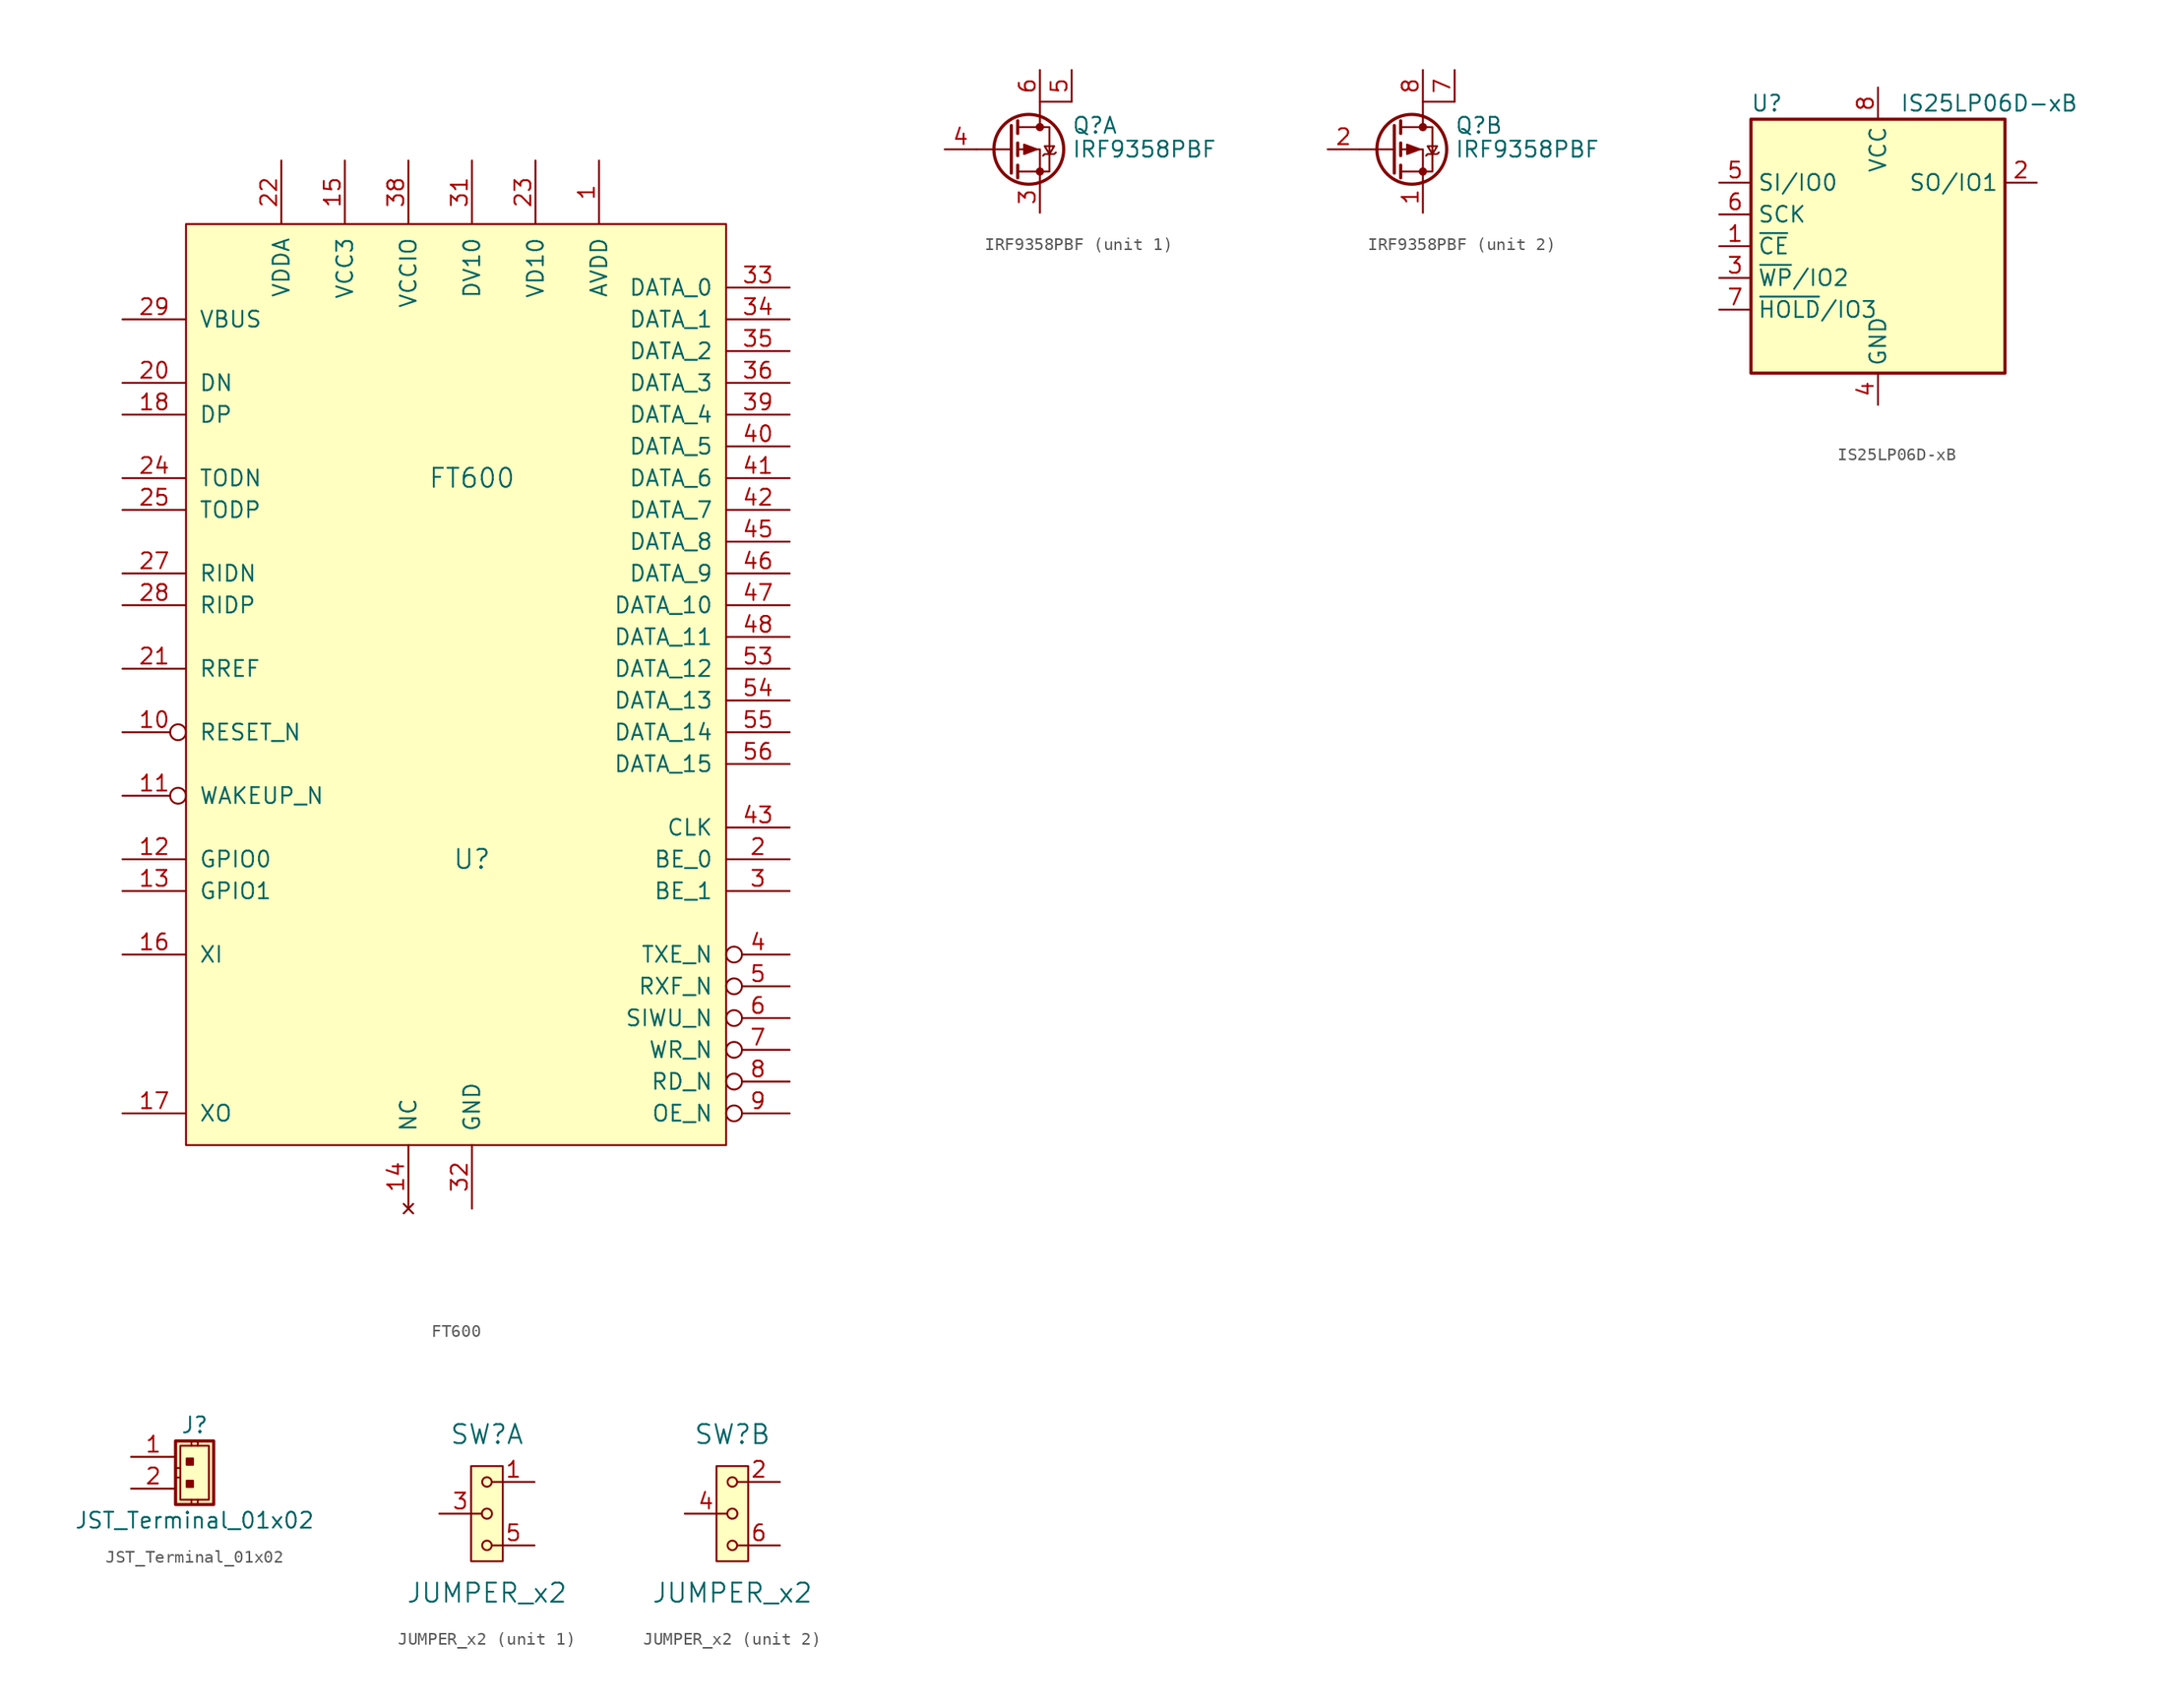
<source format=kicad_sym>
(kicad_symbol_lib
  (version 20231120)
  (generator "kicad_symbol_editor")
  (generator_version "8.0")
  (symbol "FT600"
    (pin_names
      (offset 1.016))
    (property "Reference" "U"
      (at 0 -12.7 0)
      (effects (font (size 1.524 1.524))))
    (property "Value" "FT600"
      (at 0 17.78 0)
      (effects (font (size 1.524 1.524))))
    (property "Footprint" ""
      (at -1.27 12.7 0)
      (effects (font (size 1.524 1.524))))
    (property "Datasheet" ""
      (at -1.27 12.7 0)
      (effects (font (size 1.524 1.524))))
    (symbol "FT600_0_1"
      (rectangle (start -22.86 38.1) (end 20.32 -35.56) (stroke (width 0) (type default)) (fill (type background))))
    (symbol "FT600_1_1"
      (pin power_in line (at 10.16 43.18 270) (length 5.08) (name "AVDD" (effects (font (size 1.27 1.27)))) (number "1" (effects (font (size 1.27 1.27)))))
      (pin input inverted (at -27.94 -2.54 0) (length 5.08) (name "RESET_N" (effects (font (size 1.27 1.27)))) (number "10" (effects (font (size 1.27 1.27)))))
      (pin bidirectional inverted (at -27.94 -7.62 0) (length 5.08) (name "WAKEUP_N" (effects (font (size 1.27 1.27)))) (number "11" (effects (font (size 1.27 1.27)))))
      (pin bidirectional line (at -27.94 -12.7 0) (length 5.08) (name "GPIO0" (effects (font (size 1.27 1.27)))) (number "12" (effects (font (size 1.27 1.27)))))
      (pin bidirectional line (at -27.94 -15.24 0) (length 5.08) (name "GPIO1" (effects (font (size 1.27 1.27)))) (number "13" (effects (font (size 1.27 1.27)))))
      (pin no_connect line (at -5.08 -40.64 90) (length 5.08) (name "NC" (effects (font (size 1.27 1.27)))) (number "14" (effects (font (size 1.27 1.27)))))
      (pin power_in line (at -10.16 43.18 270) (length 5.08) (name "VCC3" (effects (font (size 1.27 1.27)))) (number "15" (effects (font (size 1.27 1.27)))))
      (pin input line (at -27.94 -20.32 0) (length 5.08) (name "XI" (effects (font (size 1.27 1.27)))) (number "16" (effects (font (size 1.27 1.27)))))
      (pin output line (at -27.94 -33.02 0) (length 5.08) (name "XO" (effects (font (size 1.27 1.27)))) (number "17" (effects (font (size 1.27 1.27)))))
      (pin bidirectional line (at -27.94 22.86 0) (length 5.08) (name "DP" (effects (font (size 1.27 1.27)))) (number "18" (effects (font (size 1.27 1.27)))))
      (pin power_in line (at -10.16 43.18 270) (length 5.08) hide (name "VCC3" (effects (font (size 1.27 1.27)))) (number "19" (effects (font (size 1.27 1.27)))))
      (pin bidirectional line (at 25.4 -12.7 180) (length 5.08) (name "BE_0" (effects (font (size 1.27 1.27)))) (number "2" (effects (font (size 1.27 1.27)))))
      (pin bidirectional line (at -27.94 25.4 0) (length 5.08) (name "DN" (effects (font (size 1.27 1.27)))) (number "20" (effects (font (size 1.27 1.27)))))
      (pin input line (at -27.94 2.54 0) (length 5.08) (name "RREF" (effects (font (size 1.27 1.27)))) (number "21" (effects (font (size 1.27 1.27)))))
      (pin power_in line (at -15.24 43.18 270) (length 5.08) (name "VDDA" (effects (font (size 1.27 1.27)))) (number "22" (effects (font (size 1.27 1.27)))))
      (pin power_in line (at 5.08 43.18 270) (length 5.08) (name "VD10" (effects (font (size 1.27 1.27)))) (number "23" (effects (font (size 1.27 1.27)))))
      (pin output line (at -27.94 17.78 0) (length 5.08) (name "TODN" (effects (font (size 1.27 1.27)))) (number "24" (effects (font (size 1.27 1.27)))))
      (pin output line (at -27.94 15.24 0) (length 5.08) (name "TODP" (effects (font (size 1.27 1.27)))) (number "25" (effects (font (size 1.27 1.27)))))
      (pin power_in line (at 5.08 43.18 270) (length 5.08) hide (name "VD10" (effects (font (size 1.27 1.27)))) (number "26" (effects (font (size 1.27 1.27)))))
      (pin output line (at -27.94 10.16 0) (length 5.08) (name "RIDN" (effects (font (size 1.27 1.27)))) (number "27" (effects (font (size 1.27 1.27)))))
      (pin output line (at -27.94 7.62 0) (length 5.08) (name "RIDP" (effects (font (size 1.27 1.27)))) (number "28" (effects (font (size 1.27 1.27)))))
      (pin power_in line (at -27.94 30.48 0) (length 5.08) (name "VBUS" (effects (font (size 1.27 1.27)))) (number "29" (effects (font (size 1.27 1.27)))))
      (pin bidirectional line (at 25.4 -15.24 180) (length 5.08) (name "BE_1" (effects (font (size 1.27 1.27)))) (number "3" (effects (font (size 1.27 1.27)))))
      (pin power_in line (at -10.16 43.18 270) (length 5.08) hide (name "VCC3" (effects (font (size 1.27 1.27)))) (number "30" (effects (font (size 1.27 1.27)))))
      (pin power_out line (at 0 43.18 270) (length 5.08) (name "DV10" (effects (font (size 1.27 1.27)))) (number "31" (effects (font (size 1.27 1.27)))))
      (pin power_in line (at 0 -40.64 90) (length 5.08) (name "GND" (effects (font (size 1.27 1.27)))) (number "32" (effects (font (size 1.27 1.27)))))
      (pin bidirectional line (at 25.4 33.02 180) (length 5.08) (name "DATA_0" (effects (font (size 1.27 1.27)))) (number "33" (effects (font (size 1.27 1.27)))))
      (pin bidirectional line (at 25.4 30.48 180) (length 5.08) (name "DATA_1" (effects (font (size 1.27 1.27)))) (number "34" (effects (font (size 1.27 1.27)))))
      (pin bidirectional line (at 25.4 27.94 180) (length 5.08) (name "DATA_2" (effects (font (size 1.27 1.27)))) (number "35" (effects (font (size 1.27 1.27)))))
      (pin bidirectional line (at 25.4 25.4 180) (length 5.08) (name "DATA_3" (effects (font (size 1.27 1.27)))) (number "36" (effects (font (size 1.27 1.27)))))
      (pin power_in line (at 5.08 43.18 270) (length 5.08) hide (name "VD10" (effects (font (size 1.27 1.27)))) (number "37" (effects (font (size 1.27 1.27)))))
      (pin power_in line (at -5.08 43.18 270) (length 5.08) (name "VCCIO" (effects (font (size 1.27 1.27)))) (number "38" (effects (font (size 1.27 1.27)))))
      (pin bidirectional line (at 25.4 22.86 180) (length 5.08) (name "DATA_4" (effects (font (size 1.27 1.27)))) (number "39" (effects (font (size 1.27 1.27)))))
      (pin output inverted (at 25.4 -20.32 180) (length 5.08) (name "TXE_N" (effects (font (size 1.27 1.27)))) (number "4" (effects (font (size 1.27 1.27)))))
      (pin bidirectional line (at 25.4 20.32 180) (length 5.08) (name "DATA_5" (effects (font (size 1.27 1.27)))) (number "40" (effects (font (size 1.27 1.27)))))
      (pin bidirectional line (at 25.4 17.78 180) (length 5.08) (name "DATA_6" (effects (font (size 1.27 1.27)))) (number "41" (effects (font (size 1.27 1.27)))))
      (pin bidirectional line (at 25.4 15.24 180) (length 5.08) (name "DATA_7" (effects (font (size 1.27 1.27)))) (number "42" (effects (font (size 1.27 1.27)))))
      (pin output line (at 25.4 -10.16 180) (length 5.08) (name "CLK" (effects (font (size 1.27 1.27)))) (number "43" (effects (font (size 1.27 1.27)))))
      (pin power_in line (at -5.08 43.18 270) (length 5.08) hide (name "VCCIO" (effects (font (size 1.27 1.27)))) (number "44" (effects (font (size 1.27 1.27)))))
      (pin bidirectional line (at 25.4 12.7 180) (length 5.08) (name "DATA_8" (effects (font (size 1.27 1.27)))) (number "45" (effects (font (size 1.27 1.27)))))
      (pin bidirectional line (at 25.4 10.16 180) (length 5.08) (name "DATA_9" (effects (font (size 1.27 1.27)))) (number "46" (effects (font (size 1.27 1.27)))))
      (pin bidirectional line (at 25.4 7.62 180) (length 5.08) (name "DATA_10" (effects (font (size 1.27 1.27)))) (number "47" (effects (font (size 1.27 1.27)))))
      (pin bidirectional line (at 25.4 5.08 180) (length 5.08) (name "DATA_11" (effects (font (size 1.27 1.27)))) (number "48" (effects (font (size 1.27 1.27)))))
      (pin power_in line (at 0 -40.64 90) (length 5.08) hide (name "GND" (effects (font (size 1.27 1.27)))) (number "49" (effects (font (size 1.27 1.27)))))
      (pin output inverted (at 25.4 -22.86 180) (length 5.08) (name "RXF_N" (effects (font (size 1.27 1.27)))) (number "5" (effects (font (size 1.27 1.27)))))
      (pin power_in line (at 5.08 43.18 270) (length 5.08) hide (name "VD10" (effects (font (size 1.27 1.27)))) (number "50" (effects (font (size 1.27 1.27)))))
      (pin power_in line (at 0 -40.64 90) (length 5.08) hide (name "GND" (effects (font (size 1.27 1.27)))) (number "51" (effects (font (size 1.27 1.27)))))
      (pin power_in line (at -5.08 43.18 270) (length 5.08) hide (name "VCCIO" (effects (font (size 1.27 1.27)))) (number "52" (effects (font (size 1.27 1.27)))))
      (pin bidirectional line (at 25.4 2.54 180) (length 5.08) (name "DATA_12" (effects (font (size 1.27 1.27)))) (number "53" (effects (font (size 1.27 1.27)))))
      (pin bidirectional line (at 25.4 0 180) (length 5.08) (name "DATA_13" (effects (font (size 1.27 1.27)))) (number "54" (effects (font (size 1.27 1.27)))))
      (pin bidirectional line (at 25.4 -2.54 180) (length 5.08) (name "DATA_14" (effects (font (size 1.27 1.27)))) (number "55" (effects (font (size 1.27 1.27)))))
      (pin bidirectional line (at 25.4 -5.08 180) (length 5.08) (name "DATA_15" (effects (font (size 1.27 1.27)))) (number "56" (effects (font (size 1.27 1.27)))))
      (pin input inverted (at 25.4 -25.4 180) (length 5.08) (name "SIWU_N" (effects (font (size 1.27 1.27)))) (number "6" (effects (font (size 1.27 1.27)))))
      (pin input inverted (at 25.4 -27.94 180) (length 5.08) (name "WR_N" (effects (font (size 1.27 1.27)))) (number "7" (effects (font (size 1.27 1.27)))))
      (pin input inverted (at 25.4 -30.48 180) (length 5.08) (name "RD_N" (effects (font (size 1.27 1.27)))) (number "8" (effects (font (size 1.27 1.27)))))
      (pin output inverted (at 25.4 -33.02 180) (length 5.08) (name "OE_N" (effects (font (size 1.27 1.27)))) (number "9" (effects (font (size 1.27 1.27)))))))
  (symbol "IRF9358PBF"
    (pin_names hide)
    (property "Reference" "Q"
      (at 5.08 1.905 0)
      (effects (font (size 1.27 1.27)) (justify left)))
    (property "Value" "IRF9358PBF"
      (at 5.08 0 0)
      (effects (font (size 1.27 1.27)) (justify left)))
    (symbol "IRF9358PBF_0_1"
      (polyline (pts (xy 0.254 0) (xy -2.54 0)) (stroke (width 0) (type default)) (fill (type none)))
      (polyline (pts (xy 0.254 1.905) (xy 0.254 -1.905)) (stroke (width 0.254) (type default)) (fill (type none)))
      (polyline (pts (xy 0.762 -1.27) (xy 0.762 -2.286)) (stroke (width 0.254) (type default)) (fill (type none)))
      (polyline (pts (xy 0.762 0.508) (xy 0.762 -0.508)) (stroke (width 0.254) (type default)) (fill (type none)))
      (polyline (pts (xy 0.762 2.286) (xy 0.762 1.27)) (stroke (width 0.254) (type default)) (fill (type none)))
      (polyline (pts (xy 2.54 2.54) (xy 2.54 1.778)) (stroke (width 0) (type default)) (fill (type none)))
      (polyline (pts (xy 2.54 -2.54) (xy 2.54 0) (xy 0.762 0)) (stroke (width 0) (type default)) (fill (type none)))
      (polyline (pts (xy 5.08 3.81) (xy 2.54 3.81) (xy 2.54 2.54)) (stroke (width 0) (type default)) (fill (type none)))
      (polyline (pts (xy 0.762 1.778) (xy 3.302 1.778) (xy 3.302 -1.778) (xy 0.762 -1.778)) (stroke (width 0) (type default)) (fill (type none)))
      (polyline (pts (xy 2.286 0) (xy 1.27 0.381) (xy 1.27 -0.381) (xy 2.286 0)) (stroke (width 0) (type default)) (fill (type outline)))
      (polyline (pts (xy 2.794 -0.508) (xy 2.921 -0.381) (xy 3.683 -0.381) (xy 3.81 -0.254)) (stroke (width 0) (type default)) (fill (type none)))
      (polyline (pts (xy 3.302 -0.381) (xy 2.921 0.254) (xy 3.683 0.254) (xy 3.302 -0.381)) (stroke (width 0) (type default)) (fill (type none)))
      (circle (center 1.651 0) (radius 2.794) (stroke (width 0.254) (type default)) (fill (type none)))
      (circle (center 2.54 -1.778) (radius 0.254) (stroke (width 0) (type default)) (fill (type outline)))
      (circle (center 2.54 1.778) (radius 0.254) (stroke (width 0) (type default)) (fill (type outline))))
    (symbol "IRF9358PBF_1_1"
      (pin passive line (at 2.54 -5.08 90) (length 2.54) (name "S1" (effects (font (size 1.27 1.27)))) (number "3" (effects (font (size 1.27 1.27)))))
      (pin passive line (at -5.08 0 0) (length 2.54) (name "G1" (effects (font (size 1.27 1.27)))) (number "4" (effects (font (size 1.27 1.27)))))
      (pin passive line (at 5.08 6.35 270) (length 2.54) (name "D1" (effects (font (size 1.27 1.27)))) (number "5" (effects (font (size 1.27 1.27)))))
      (pin passive line (at 2.54 6.35 270) (length 2.54) (name "D1" (effects (font (size 1.27 1.27)))) (number "6" (effects (font (size 1.27 1.27))))))
    (symbol "IRF9358PBF_2_1"
      (pin passive line (at 2.54 -5.08 90) (length 2.54) (name "S2" (effects (font (size 1.27 1.27)))) (number "1" (effects (font (size 1.27 1.27)))))
      (pin passive line (at -5.08 0 0) (length 2.54) (name "G2" (effects (font (size 1.27 1.27)))) (number "2" (effects (font (size 1.27 1.27)))))
      (pin passive line (at 5.08 6.35 270) (length 2.54) (name "D2" (effects (font (size 1.27 1.27)))) (number "7" (effects (font (size 1.27 1.27)))))
      (pin passive line (at 2.54 6.35 270) (length 2.54) (name "D2" (effects (font (size 1.27 1.27)))) (number "8" (effects (font (size 1.27 1.27)))))))
  (symbol "IS25LP06D-xB"
    (property "Reference" "U"
      (at -8.89 11.43 0)
      (effects (font (size 1.27 1.27))))
    (property "Value" "IS25LP06D-xB"
      (at 8.89 11.43 0)
      (effects (font (size 1.27 1.27))))
    (symbol "IS25LP06D-xB_0_1"
      (rectangle (start 10.16 -10.16) (end -10.16 10.16) (stroke (width 0.254) (type default)) (fill (type background)))
      (pin input line (at -12.7 0 0) (length 2.54) (name "~{CE}" (effects (font (size 1.27 1.27)))) (number "1" (effects (font (size 1.27 1.27)))))
      (pin bidirectional line (at 12.7 5.08 180) (length 2.54) (name "SO/IO1" (effects (font (size 1.27 1.27)))) (number "2" (effects (font (size 1.27 1.27)))))
      (pin bidirectional line (at -12.7 -2.54 0) (length 2.54) (name "~{WP}/IO2" (effects (font (size 1.27 1.27)))) (number "3" (effects (font (size 1.27 1.27)))))
      (pin power_in line (at 0 -12.7 90) (length 2.54) (name "GND" (effects (font (size 1.27 1.27)))) (number "4" (effects (font (size 1.27 1.27)))))
      (pin bidirectional line (at -12.7 5.08 0) (length 2.54) (name "SI/IO0" (effects (font (size 1.27 1.27)))) (number "5" (effects (font (size 1.27 1.27)))))
      (pin input line (at -12.7 2.54 0) (length 2.54) (name "SCK" (effects (font (size 1.27 1.27)))) (number "6" (effects (font (size 1.27 1.27)))))
      (pin bidirectional line (at -12.7 -5.08 0) (length 2.54) (name "~{HOLD}/IO3" (effects (font (size 1.27 1.27)))) (number "7" (effects (font (size 1.27 1.27)))))
      (pin power_in line (at 0 12.7 270) (length 2.54) (name "VCC" (effects (font (size 1.27 1.27)))) (number "8" (effects (font (size 1.27 1.27)))))))
  (symbol "JST_Terminal_01x02"
    (pin_names
      (offset 1.016) hide)
    (property "Reference" "J"
      (at 0 2.54 0)
      (effects (font (size 1.27 1.27))))
    (property "Value" "JST_Terminal_01x02"
      (at 0 -5.08 0)
      (effects (font (size 1.27 1.27))))
    (symbol "JST_Terminal_01x02_0_1"
      (rectangle (start -1.143 0.889) (end 1.143 -3.429) (stroke (width 0) (type default)) (fill (type none)))
      (polyline (pts (xy -1.524 -0.889) (xy -1.143 -0.889)) (stroke (width 0.152) (type default)) (fill (type none)))
      (polyline (pts (xy -1.397 -1.651) (xy -1.143 -1.651)) (stroke (width 0.152) (type default)) (fill (type none)))
      (polyline (pts (xy -0.254 -3.429) (xy -0.254 -3.81)) (stroke (width 0.152) (type default)) (fill (type none)))
      (polyline (pts (xy -0.254 1.27) (xy -0.254 0.889)) (stroke (width 0.152) (type default)) (fill (type none)))
      (polyline (pts (xy 0.254 -3.429) (xy 0.254 -3.683)) (stroke (width 0.152) (type default)) (fill (type none)))
      (polyline (pts (xy 0.254 1.27) (xy 0.254 0.889)) (stroke (width 0.152) (type default)) (fill (type none))))
    (symbol "JST_Terminal_01x02_1_1"
      (rectangle (start -1.524 1.27) (end 1.524 -3.81) (stroke (width 0.254) (type default)) (fill (type background)))
      (rectangle (start -0.635 -1.905) (end -0.127 -2.413) (stroke (width 0.152) (type default)) (fill (type outline)))
      (rectangle (start -0.635 -0.127) (end -0.127 -0.635) (stroke (width 0.152) (type default)) (fill (type outline)))
      (pin passive line (at -5.08 0 0) (length 3.556) (name "Pin_1" (effects (font (size 1.27 1.27)))) (number "1" (effects (font (size 1.27 1.27)))))
      (pin passive line (at -5.08 -2.54 0) (length 3.556) (name "Pin_2" (effects (font (size 1.27 1.27)))) (number "2" (effects (font (size 1.27 1.27)))))))
  (symbol "JUMPER_x2"
    (pin_names
      (offset 1.016))
    (property "Reference" "SW"
      (at 0 6.35 0)
      (effects (font (size 1.524 1.524))))
    (property "Value" "JUMPER_x2"
      (at 0 -6.35 0)
      (effects (font (size 1.524 1.524))))
    (property "Footprint" ""
      (at 0 0 0)
      (effects (font (size 1.524 1.524))))
    (property "Datasheet" ""
      (at 0 0 0)
      (effects (font (size 1.524 1.524))))
    (symbol "JUMPER_x2_0_1"
      (rectangle (start -1.27 3.81) (end 1.27 -3.81) (stroke (width 0) (type default)) (fill (type background)))
      (circle (center 0 -2.54) (radius 0.381) (stroke (width 0) (type default)) (fill (type none)))
      (circle (center 0 0) (radius 0.406) (stroke (width 0) (type default)) (fill (type none)))
      (circle (center 0 2.54) (radius 0.381) (stroke (width 0) (type default)) (fill (type none))))
    (symbol "JUMPER_x2_1_1"
      (pin passive line (at 3.81 2.54 180) (length 3.378) (name "~" (effects (font (size 1.27 1.27)))) (number "1" (effects (font (size 1.27 1.27)))))
      (pin passive line (at -3.81 0 0) (length 3.378) (name "~" (effects (font (size 1.27 1.27)))) (number "3" (effects (font (size 1.27 1.27)))))
      (pin passive line (at 3.81 -2.54 180) (length 3.378) (name "~" (effects (font (size 1.27 1.27)))) (number "5" (effects (font (size 1.27 1.27))))))
    (symbol "JUMPER_x2_2_1"
      (pin passive line (at 3.81 2.54 180) (length 3.378) (name "~" (effects (font (size 1.27 1.27)))) (number "2" (effects (font (size 1.27 1.27)))))
      (pin passive line (at -3.81 0 0) (length 3.378) (name "~" (effects (font (size 1.27 1.27)))) (number "4" (effects (font (size 1.27 1.27)))))
      (pin passive line (at 3.81 -2.54 180) (length 3.378) (name "~" (effects (font (size 1.27 1.27)))) (number "6" (effects (font (size 1.27 1.27))))))))
</source>
